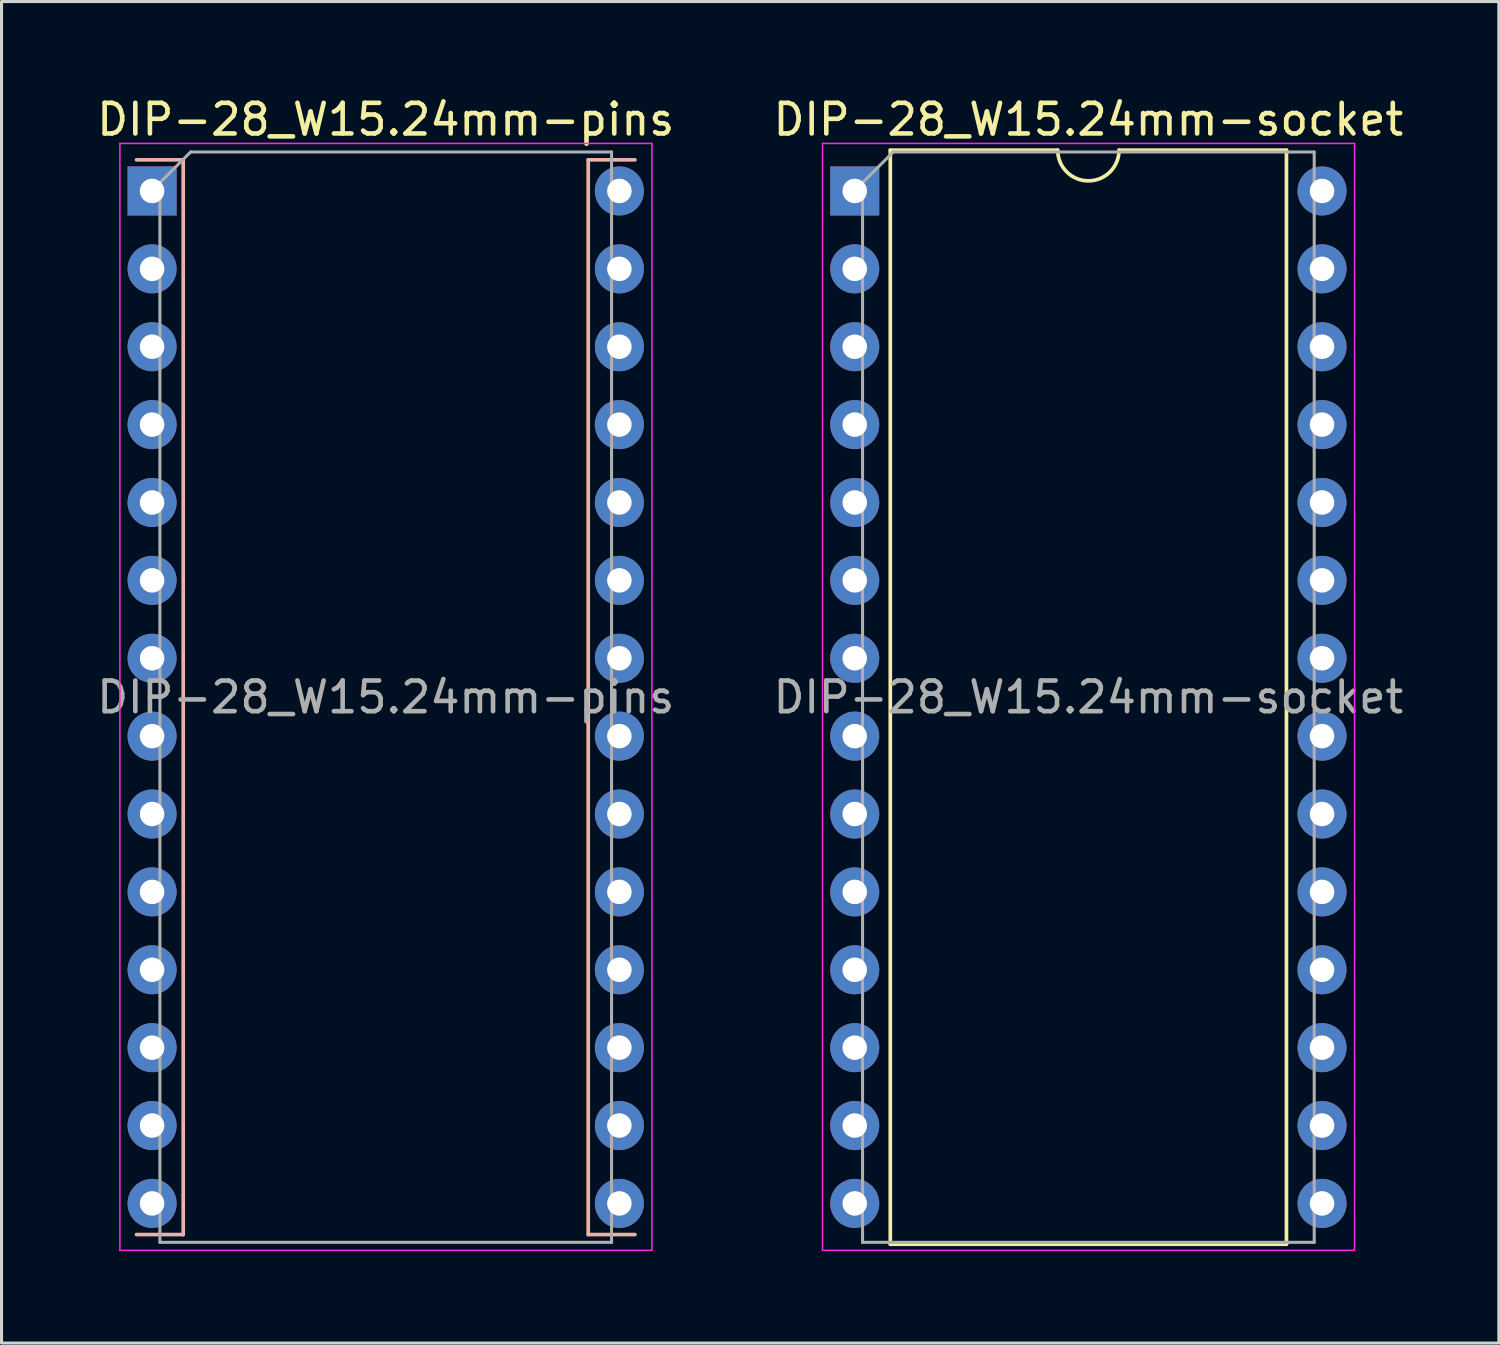
<source format=kicad_pcb>
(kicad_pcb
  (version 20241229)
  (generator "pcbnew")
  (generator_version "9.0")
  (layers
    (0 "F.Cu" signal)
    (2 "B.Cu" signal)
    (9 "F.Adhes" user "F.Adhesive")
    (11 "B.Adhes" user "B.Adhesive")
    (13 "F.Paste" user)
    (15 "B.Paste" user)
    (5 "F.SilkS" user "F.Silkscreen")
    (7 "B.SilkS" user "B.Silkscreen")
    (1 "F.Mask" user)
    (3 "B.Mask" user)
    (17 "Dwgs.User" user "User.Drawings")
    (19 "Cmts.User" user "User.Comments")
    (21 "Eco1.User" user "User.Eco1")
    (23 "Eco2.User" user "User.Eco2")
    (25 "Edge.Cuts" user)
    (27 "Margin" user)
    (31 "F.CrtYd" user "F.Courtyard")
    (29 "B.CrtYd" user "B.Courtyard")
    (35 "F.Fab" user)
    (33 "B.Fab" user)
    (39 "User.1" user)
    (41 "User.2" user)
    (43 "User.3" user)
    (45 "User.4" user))
  (footprint "DIP-28_W15.24mm-socket"
    (layer "F.Cu")
    (at 24.826 3.178)
    (property "Reference" "DIP-28_W15.24mm-socket" (at 7.62 -2.33 0) (layer "F.SilkS") (effects (font (size 1 1) (thickness 0.15))))
    (attr through_hole)
    (fp_line (start 1.16 -1.33) (end 1.16 34.35) (stroke (width 0.12) (type solid)) (layer "F.SilkS"))
    (fp_line (start 1.16 34.35) (end 14.08 34.35) (stroke (width 0.12) (type solid)) (layer "F.SilkS"))
    (fp_line (start 6.62 -1.33) (end 1.16 -1.33) (stroke (width 0.12) (type solid)) (layer "F.SilkS"))
    (fp_line (start 14.08 -1.33) (end 8.62 -1.33) (stroke (width 0.12) (type solid)) (layer "F.SilkS"))
    (fp_line (start 14.08 34.35) (end 14.08 -1.33) (stroke (width 0.12) (type solid)) (layer "F.SilkS"))
    (fp_arc (start 8.62 -1.33) (mid 7.62 -0.33) (end 6.62 -1.33) (stroke (width 0.12) (type solid)) (layer "F.SilkS"))
    (fp_line (start -1.05 -1.55) (end -1.05 34.55) (stroke (width 0.05) (type solid)) (layer "F.CrtYd"))
    (fp_line (start -1.05 34.55) (end 16.3 34.55) (stroke (width 0.05) (type solid)) (layer "F.CrtYd"))
    (fp_line (start 16.3 -1.55) (end -1.05 -1.55) (stroke (width 0.05) (type solid)) (layer "F.CrtYd"))
    (fp_line (start 16.3 34.55) (end 16.3 -1.55) (stroke (width 0.05) (type solid)) (layer "F.CrtYd"))
    (fp_line (start 0.255 -0.27) (end 1.255 -1.27) (stroke (width 0.1) (type solid)) (layer "F.Fab"))
    (fp_line (start 0.255 34.29) (end 0.255 -0.27) (stroke (width 0.1) (type solid)) (layer "F.Fab"))
    (fp_line (start 1.255 -1.27) (end 14.985 -1.27) (stroke (width 0.1) (type solid)) (layer "F.Fab"))
    (fp_line (start 14.985 -1.27) (end 14.985 34.29) (stroke (width 0.1) (type solid)) (layer "F.Fab"))
    (fp_line (start 14.985 34.29) (end 0.255 34.29) (stroke (width 0.1) (type solid)) (layer "F.Fab"))
    (fp_text user "${REFERENCE}" (at 7.62 16.51 0) (layer "F.Fab") (effects (font (size 1 1) (thickness 0.15))))
    (pad "1" thru_hole rect (at 0 0) (size 1.6 1.6) (drill 0.8) (layers "*.Cu" "*.Mask"))
    (pad "2" thru_hole oval (at 0 2.54) (size 1.6 1.6) (drill 0.8) (layers "*.Cu" "*.Mask"))
    (pad "3" thru_hole oval (at 0 5.08) (size 1.6 1.6) (drill 0.8) (layers "*.Cu" "*.Mask"))
    (pad "4" thru_hole oval (at 0 7.62) (size 1.6 1.6) (drill 0.8) (layers "*.Cu" "*.Mask"))
    (pad "5" thru_hole oval (at 0 10.16) (size 1.6 1.6) (drill 0.8) (layers "*.Cu" "*.Mask"))
    (pad "6" thru_hole oval (at 0 12.7) (size 1.6 1.6) (drill 0.8) (layers "*.Cu" "*.Mask"))
    (pad "7" thru_hole oval (at 0 15.24) (size 1.6 1.6) (drill 0.8) (layers "*.Cu" "*.Mask"))
    (pad "8" thru_hole oval (at 0 17.78) (size 1.6 1.6) (drill 0.8) (layers "*.Cu" "*.Mask"))
    (pad "9" thru_hole oval (at 0 20.32) (size 1.6 1.6) (drill 0.8) (layers "*.Cu" "*.Mask"))
    (pad "10" thru_hole oval (at 0 22.86) (size 1.6 1.6) (drill 0.8) (layers "*.Cu" "*.Mask"))
    (pad "11" thru_hole oval (at 0 25.4) (size 1.6 1.6) (drill 0.8) (layers "*.Cu" "*.Mask"))
    (pad "12" thru_hole oval (at 0 27.94) (size 1.6 1.6) (drill 0.8) (layers "*.Cu" "*.Mask"))
    (pad "13" thru_hole oval (at 0 30.48) (size 1.6 1.6) (drill 0.8) (layers "*.Cu" "*.Mask"))
    (pad "14" thru_hole oval (at 0 33.02) (size 1.6 1.6) (drill 0.8) (layers "*.Cu" "*.Mask"))
    (pad "15" thru_hole oval (at 15.24 33.02) (size 1.6 1.6) (drill 0.8) (layers "*.Cu" "*.Mask"))
    (pad "16" thru_hole oval (at 15.24 30.48) (size 1.6 1.6) (drill 0.8) (layers "*.Cu" "*.Mask"))
    (pad "17" thru_hole oval (at 15.24 27.94) (size 1.6 1.6) (drill 0.8) (layers "*.Cu" "*.Mask"))
    (pad "18" thru_hole oval (at 15.24 25.4) (size 1.6 1.6) (drill 0.8) (layers "*.Cu" "*.Mask"))
    (pad "19" thru_hole oval (at 15.24 22.86) (size 1.6 1.6) (drill 0.8) (layers "*.Cu" "*.Mask"))
    (pad "20" thru_hole oval (at 15.24 20.32) (size 1.6 1.6) (drill 0.8) (layers "*.Cu" "*.Mask"))
    (pad "21" thru_hole oval (at 15.24 17.78) (size 1.6 1.6) (drill 0.8) (layers "*.Cu" "*.Mask"))
    (pad "22" thru_hole oval (at 15.24 15.24) (size 1.6 1.6) (drill 0.8) (layers "*.Cu" "*.Mask"))
    (pad "23" thru_hole oval (at 15.24 12.7) (size 1.6 1.6) (drill 0.8) (layers "*.Cu" "*.Mask"))
    (pad "24" thru_hole oval (at 15.24 10.16) (size 1.6 1.6) (drill 0.8) (layers "*.Cu" "*.Mask"))
    (pad "25" thru_hole oval (at 15.24 7.62) (size 1.6 1.6) (drill 0.8) (layers "*.Cu" "*.Mask"))
    (pad "26" thru_hole oval (at 15.24 5.08) (size 1.6 1.6) (drill 0.8) (layers "*.Cu" "*.Mask"))
    (pad "27" thru_hole oval (at 15.24 2.54) (size 1.6 1.6) (drill 0.8) (layers "*.Cu" "*.Mask"))
    (pad "28" thru_hole oval (at 15.24 0) (size 1.6 1.6) (drill 0.8) (layers "*.Cu" "*.Mask")))
  (footprint "DIP-28_W15.24mm-pins"
    (layer "F.Cu")
    (at 1.91 3.178)
    (property "Reference" "DIP-28_W15.24mm-pins" (at 7.62 -2.33 0) (layer "F.SilkS") (effects (font (size 1 1) (thickness 0.15))))
    (attr through_hole)
    (fp_line (start -0.508 -1.016) (end 1.016 -1.016) (stroke (width 0.12) (type solid)) (layer "B.SilkS"))
    (fp_line (start 1.016 -1.016) (end 1.016 34.036) (stroke (width 0.12) (type solid)) (layer "B.SilkS"))
    (fp_line (start 1.016 34.036) (end -0.508 34.036) (stroke (width 0.12) (type solid)) (layer "B.SilkS"))
    (fp_line (start 14.224 -1.016) (end 15.748 -1.016) (stroke (width 0.12) (type solid)) (layer "B.SilkS"))
    (fp_line (start 14.224 34.036) (end 14.224 -1.016) (stroke (width 0.12) (type solid)) (layer "B.SilkS"))
    (fp_line (start 15.748 34.036) (end 14.224 34.036) (stroke (width 0.12) (type solid)) (layer "B.SilkS"))
    (fp_line (start -1.05 -1.55) (end -1.05 34.55) (stroke (width 0.05) (type solid)) (layer "F.CrtYd"))
    (fp_line (start -1.05 34.55) (end 16.3 34.55) (stroke (width 0.05) (type solid)) (layer "F.CrtYd"))
    (fp_line (start 16.3 -1.55) (end -1.05 -1.55) (stroke (width 0.05) (type solid)) (layer "F.CrtYd"))
    (fp_line (start 16.3 34.55) (end 16.3 -1.55) (stroke (width 0.05) (type solid)) (layer "F.CrtYd"))
    (fp_line (start 0.255 -0.27) (end 1.255 -1.27) (stroke (width 0.1) (type solid)) (layer "F.Fab"))
    (fp_line (start 0.255 34.29) (end 0.255 -0.27) (stroke (width 0.1) (type solid)) (layer "F.Fab"))
    (fp_line (start 1.255 -1.27) (end 14.985 -1.27) (stroke (width 0.1) (type solid)) (layer "F.Fab"))
    (fp_line (start 14.985 -1.27) (end 14.985 34.29) (stroke (width 0.1) (type solid)) (layer "F.Fab"))
    (fp_line (start 14.985 34.29) (end 0.255 34.29) (stroke (width 0.1) (type solid)) (layer "F.Fab"))
    (fp_text user "${REFERENCE}" (at 7.62 16.51 0) (layer "F.Fab") (effects (font (size 1 1) (thickness 0.15))))
    (pad "1" thru_hole rect (at 0 0) (size 1.6 1.6) (drill 0.8) (layers "*.Cu" "*.Mask"))
    (pad "2" thru_hole oval (at 0 2.54) (size 1.6 1.6) (drill 0.8) (layers "*.Cu" "*.Mask"))
    (pad "3" thru_hole oval (at 0 5.08) (size 1.6 1.6) (drill 0.8) (layers "*.Cu" "*.Mask"))
    (pad "4" thru_hole oval (at 0 7.62) (size 1.6 1.6) (drill 0.8) (layers "*.Cu" "*.Mask"))
    (pad "5" thru_hole oval (at 0 10.16) (size 1.6 1.6) (drill 0.8) (layers "*.Cu" "*.Mask"))
    (pad "6" thru_hole oval (at 0 12.7) (size 1.6 1.6) (drill 0.8) (layers "*.Cu" "*.Mask"))
    (pad "7" thru_hole oval (at 0 15.24) (size 1.6 1.6) (drill 0.8) (layers "*.Cu" "*.Mask"))
    (pad "8" thru_hole oval (at 0 17.78) (size 1.6 1.6) (drill 0.8) (layers "*.Cu" "*.Mask"))
    (pad "9" thru_hole oval (at 0 20.32) (size 1.6 1.6) (drill 0.8) (layers "*.Cu" "*.Mask"))
    (pad "10" thru_hole oval (at 0 22.86) (size 1.6 1.6) (drill 0.8) (layers "*.Cu" "*.Mask"))
    (pad "11" thru_hole oval (at 0 25.4) (size 1.6 1.6) (drill 0.8) (layers "*.Cu" "*.Mask"))
    (pad "12" thru_hole oval (at 0 27.94) (size 1.6 1.6) (drill 0.8) (layers "*.Cu" "*.Mask"))
    (pad "13" thru_hole oval (at 0 30.48) (size 1.6 1.6) (drill 0.8) (layers "*.Cu" "*.Mask"))
    (pad "14" thru_hole oval (at 0 33.02) (size 1.6 1.6) (drill 0.8) (layers "*.Cu" "*.Mask"))
    (pad "15" thru_hole oval (at 15.24 33.02) (size 1.6 1.6) (drill 0.8) (layers "*.Cu" "*.Mask"))
    (pad "16" thru_hole oval (at 15.24 30.48) (size 1.6 1.6) (drill 0.8) (layers "*.Cu" "*.Mask"))
    (pad "17" thru_hole oval (at 15.24 27.94) (size 1.6 1.6) (drill 0.8) (layers "*.Cu" "*.Mask"))
    (pad "18" thru_hole oval (at 15.24 25.4) (size 1.6 1.6) (drill 0.8) (layers "*.Cu" "*.Mask"))
    (pad "19" thru_hole oval (at 15.24 22.86) (size 1.6 1.6) (drill 0.8) (layers "*.Cu" "*.Mask"))
    (pad "20" thru_hole oval (at 15.24 20.32) (size 1.6 1.6) (drill 0.8) (layers "*.Cu" "*.Mask"))
    (pad "21" thru_hole oval (at 15.24 17.78) (size 1.6 1.6) (drill 0.8) (layers "*.Cu" "*.Mask"))
    (pad "22" thru_hole oval (at 15.24 15.24) (size 1.6 1.6) (drill 0.8) (layers "*.Cu" "*.Mask"))
    (pad "23" thru_hole oval (at 15.24 12.7) (size 1.6 1.6) (drill 0.8) (layers "*.Cu" "*.Mask"))
    (pad "24" thru_hole oval (at 15.24 10.16) (size 1.6 1.6) (drill 0.8) (layers "*.Cu" "*.Mask"))
    (pad "25" thru_hole oval (at 15.24 7.62) (size 1.6 1.6) (drill 0.8) (layers "*.Cu" "*.Mask"))
    (pad "26" thru_hole oval (at 15.24 5.08) (size 1.6 1.6) (drill 0.8) (layers "*.Cu" "*.Mask"))
    (pad "27" thru_hole oval (at 15.24 2.54) (size 1.6 1.6) (drill 0.8) (layers "*.Cu" "*.Mask"))
    (pad "28" thru_hole oval (at 15.24 0) (size 1.6 1.6) (drill 0.8) (layers "*.Cu" "*.Mask")))
  (gr_rect
    (start -3 -3)
    (end 45.833 40.753)
    (stroke (width 0.1) (type default))
    (fill no)
    (layer "Edge.Cuts")))
</source>
